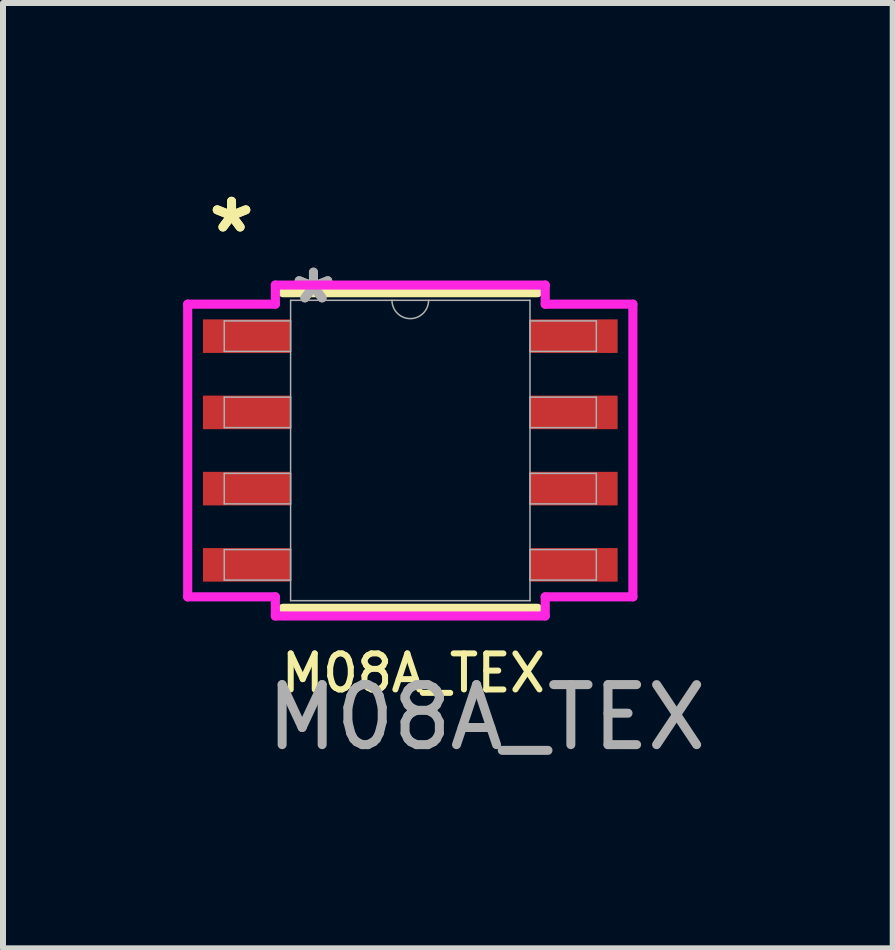
<source format=kicad_pcb>
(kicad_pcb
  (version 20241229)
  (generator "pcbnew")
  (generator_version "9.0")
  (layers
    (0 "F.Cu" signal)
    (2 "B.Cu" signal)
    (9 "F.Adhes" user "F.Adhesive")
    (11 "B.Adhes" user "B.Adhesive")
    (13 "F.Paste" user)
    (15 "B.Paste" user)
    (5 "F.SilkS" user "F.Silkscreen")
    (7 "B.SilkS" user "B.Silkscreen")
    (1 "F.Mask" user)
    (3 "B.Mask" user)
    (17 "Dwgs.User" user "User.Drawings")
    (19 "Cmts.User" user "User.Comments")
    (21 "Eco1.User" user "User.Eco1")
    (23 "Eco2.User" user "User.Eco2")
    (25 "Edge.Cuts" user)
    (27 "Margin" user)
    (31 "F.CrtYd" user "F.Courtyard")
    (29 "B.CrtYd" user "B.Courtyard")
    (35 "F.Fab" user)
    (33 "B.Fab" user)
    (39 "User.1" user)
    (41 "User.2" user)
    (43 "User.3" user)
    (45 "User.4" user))
  (footprint "M08A_TEX"
    (layer "F.Cu")
    (at 3.785 4.455)
    (property "Reference" "M08A_TEX" (at 0.051 3.708 0) (unlocked yes) (layer "F.SilkS") (effects (font (size 0.6 0.6) (thickness 0.1) (bold yes))))
    (attr smd)
    (fp_line (start -2.121 2.629) (end 2.121 2.629) (stroke (width 0.152) (type solid)) (layer "F.SilkS"))
    (fp_line (start 2.121 -2.629) (end -2.121 -2.629) (stroke (width 0.152) (type solid)) (layer "F.SilkS"))
    (fp_line (start -3.708 -2.438) (end -2.248 -2.438) (stroke (width 0.152) (type solid)) (layer "F.CrtYd"))
    (fp_line (start -3.708 2.438) (end -3.708 -2.438) (stroke (width 0.152) (type solid)) (layer "F.CrtYd"))
    (fp_line (start -3.708 2.438) (end -2.248 2.438) (stroke (width 0.152) (type solid)) (layer "F.CrtYd"))
    (fp_line (start -2.248 -2.756) (end 2.248 -2.756) (stroke (width 0.152) (type solid)) (layer "F.CrtYd"))
    (fp_line (start -2.248 -2.438) (end -2.248 -2.756) (stroke (width 0.152) (type solid)) (layer "F.CrtYd"))
    (fp_line (start -2.248 2.756) (end -2.248 2.438) (stroke (width 0.152) (type solid)) (layer "F.CrtYd"))
    (fp_line (start 2.248 -2.756) (end 2.248 -2.438) (stroke (width 0.152) (type solid)) (layer "F.CrtYd"))
    (fp_line (start 2.248 2.438) (end 2.248 2.756) (stroke (width 0.152) (type solid)) (layer "F.CrtYd"))
    (fp_line (start 2.248 2.756) (end -2.248 2.756) (stroke (width 0.152) (type solid)) (layer "F.CrtYd"))
    (fp_line (start 3.708 -2.438) (end 2.248 -2.438) (stroke (width 0.152) (type solid)) (layer "F.CrtYd"))
    (fp_line (start 3.708 -2.438) (end 3.708 2.438) (stroke (width 0.152) (type solid)) (layer "F.CrtYd"))
    (fp_line (start 3.708 2.438) (end 2.248 2.438) (stroke (width 0.152) (type solid)) (layer "F.CrtYd"))
    (fp_line (start -3.099 -2.159) (end -3.099 -1.651) (stroke (width 0.025) (type solid)) (layer "F.Fab"))
    (fp_line (start -3.099 -1.651) (end -1.994 -1.651) (stroke (width 0.025) (type solid)) (layer "F.Fab"))
    (fp_line (start -3.099 -0.889) (end -3.099 -0.381) (stroke (width 0.025) (type solid)) (layer "F.Fab"))
    (fp_line (start -3.099 -0.381) (end -1.994 -0.381) (stroke (width 0.025) (type solid)) (layer "F.Fab"))
    (fp_line (start -3.099 0.381) (end -3.099 0.889) (stroke (width 0.025) (type solid)) (layer "F.Fab"))
    (fp_line (start -3.099 0.889) (end -1.994 0.889) (stroke (width 0.025) (type solid)) (layer "F.Fab"))
    (fp_line (start -3.099 1.651) (end -3.099 2.159) (stroke (width 0.025) (type solid)) (layer "F.Fab"))
    (fp_line (start -3.099 2.159) (end -1.994 2.159) (stroke (width 0.025) (type solid)) (layer "F.Fab"))
    (fp_line (start -1.994 -2.502) (end -1.994 2.502) (stroke (width 0.025) (type solid)) (layer "F.Fab"))
    (fp_line (start -1.994 -2.159) (end -3.099 -2.159) (stroke (width 0.025) (type solid)) (layer "F.Fab"))
    (fp_line (start -1.994 -1.651) (end -1.994 -2.159) (stroke (width 0.025) (type solid)) (layer "F.Fab"))
    (fp_line (start -1.994 -0.889) (end -3.099 -0.889) (stroke (width 0.025) (type solid)) (layer "F.Fab"))
    (fp_line (start -1.994 -0.381) (end -1.994 -0.889) (stroke (width 0.025) (type solid)) (layer "F.Fab"))
    (fp_line (start -1.994 0.381) (end -3.099 0.381) (stroke (width 0.025) (type solid)) (layer "F.Fab"))
    (fp_line (start -1.994 0.889) (end -1.994 0.381) (stroke (width 0.025) (type solid)) (layer "F.Fab"))
    (fp_line (start -1.994 1.651) (end -3.099 1.651) (stroke (width 0.025) (type solid)) (layer "F.Fab"))
    (fp_line (start -1.994 2.159) (end -1.994 1.651) (stroke (width 0.025) (type solid)) (layer "F.Fab"))
    (fp_line (start -1.994 2.502) (end 1.994 2.502) (stroke (width 0.025) (type solid)) (layer "F.Fab"))
    (fp_line (start 1.994 -2.502) (end -1.994 -2.502) (stroke (width 0.025) (type solid)) (layer "F.Fab"))
    (fp_line (start 1.994 -2.159) (end 1.994 -1.651) (stroke (width 0.025) (type solid)) (layer "F.Fab"))
    (fp_line (start 1.994 -1.651) (end 3.099 -1.651) (stroke (width 0.025) (type solid)) (layer "F.Fab"))
    (fp_line (start 1.994 -0.889) (end 1.994 -0.381) (stroke (width 0.025) (type solid)) (layer "F.Fab"))
    (fp_line (start 1.994 -0.381) (end 3.099 -0.381) (stroke (width 0.025) (type solid)) (layer "F.Fab"))
    (fp_line (start 1.994 0.381) (end 1.994 0.889) (stroke (width 0.025) (type solid)) (layer "F.Fab"))
    (fp_line (start 1.994 0.889) (end 3.099 0.889) (stroke (width 0.025) (type solid)) (layer "F.Fab"))
    (fp_line (start 1.994 1.651) (end 1.994 2.159) (stroke (width 0.025) (type solid)) (layer "F.Fab"))
    (fp_line (start 1.994 2.159) (end 3.099 2.159) (stroke (width 0.025) (type solid)) (layer "F.Fab"))
    (fp_line (start 1.994 2.502) (end 1.994 -2.502) (stroke (width 0.025) (type solid)) (layer "F.Fab"))
    (fp_line (start 3.099 -2.159) (end 1.994 -2.159) (stroke (width 0.025) (type solid)) (layer "F.Fab"))
    (fp_line (start 3.099 -1.651) (end 3.099 -2.159) (stroke (width 0.025) (type solid)) (layer "F.Fab"))
    (fp_line (start 3.099 -0.889) (end 1.994 -0.889) (stroke (width 0.025) (type solid)) (layer "F.Fab"))
    (fp_line (start 3.099 -0.381) (end 3.099 -0.889) (stroke (width 0.025) (type solid)) (layer "F.Fab"))
    (fp_line (start 3.099 0.381) (end 1.994 0.381) (stroke (width 0.025) (type solid)) (layer "F.Fab"))
    (fp_line (start 3.099 0.889) (end 3.099 0.381) (stroke (width 0.025) (type solid)) (layer "F.Fab"))
    (fp_line (start 3.099 1.651) (end 1.994 1.651) (stroke (width 0.025) (type solid)) (layer "F.Fab"))
    (fp_line (start 3.099 2.159) (end 3.099 1.651) (stroke (width 0.025) (type solid)) (layer "F.Fab"))
    (fp_arc (start 0.3048 -2.5019) (mid 0 -2.1971) (end -0.3048 -2.5019) (stroke (width 0.0254) (type solid)) (layer "F.Fab"))
    (fp_text user "*" (at -2.978 -3.607 0) (unlocked yes) (layer "F.SilkS") (effects (font (size 1 1) (thickness 0.15))))
    (fp_text user "*" (at -2.978 -3.607 0) (layer "F.SilkS") (effects (font (size 1 1) (thickness 0.15))))
    (fp_text user "*" (at -1.613 -2.426 0) (layer "F.Fab") (effects (font (size 1 1) (thickness 0.15))))
    (fp_text user "${REFERENCE}" (at 1.27 4.445 0) (unlocked yes) (layer "F.Fab") (effects (font (size 1 1) (thickness 0.15))))
    (fp_text user "*" (at -1.613 -2.426 0) (unlocked yes) (layer "F.Fab") (effects (font (size 1 1) (thickness 0.15))))
    (pad "1" smd rect (at -2.724 -1.905) (size 1.46 0.559) (layers "F.Cu" "F.Mask" "F.Paste"))
    (pad "2" smd rect (at -2.724 -0.635) (size 1.46 0.559) (layers "F.Cu" "F.Mask" "F.Paste"))
    (pad "3" smd rect (at -2.724 0.635) (size 1.46 0.559) (layers "F.Cu" "F.Mask" "F.Paste"))
    (pad "4" smd rect (at -2.724 1.905) (size 1.46 0.559) (layers "F.Cu" "F.Mask" "F.Paste"))
    (pad "5" smd rect (at 2.724 1.905) (size 1.46 0.559) (layers "F.Cu" "F.Mask" "F.Paste"))
    (pad "6" smd rect (at 2.724 0.635) (size 1.46 0.559) (layers "F.Cu" "F.Mask" "F.Paste"))
    (pad "7" smd rect (at 2.724 -0.635) (size 1.46 0.559) (layers "F.Cu" "F.Mask" "F.Paste"))
    (pad "8" smd rect (at 2.724 -1.905) (size 1.46 0.559) (layers "F.Cu" "F.Mask" "F.Paste")))
  (gr_rect
    (start -3 -3)
    (end 11.822 12.748)
    (stroke (width 0.1) (type default))
    (fill no)
    (layer "Edge.Cuts")))
</source>
